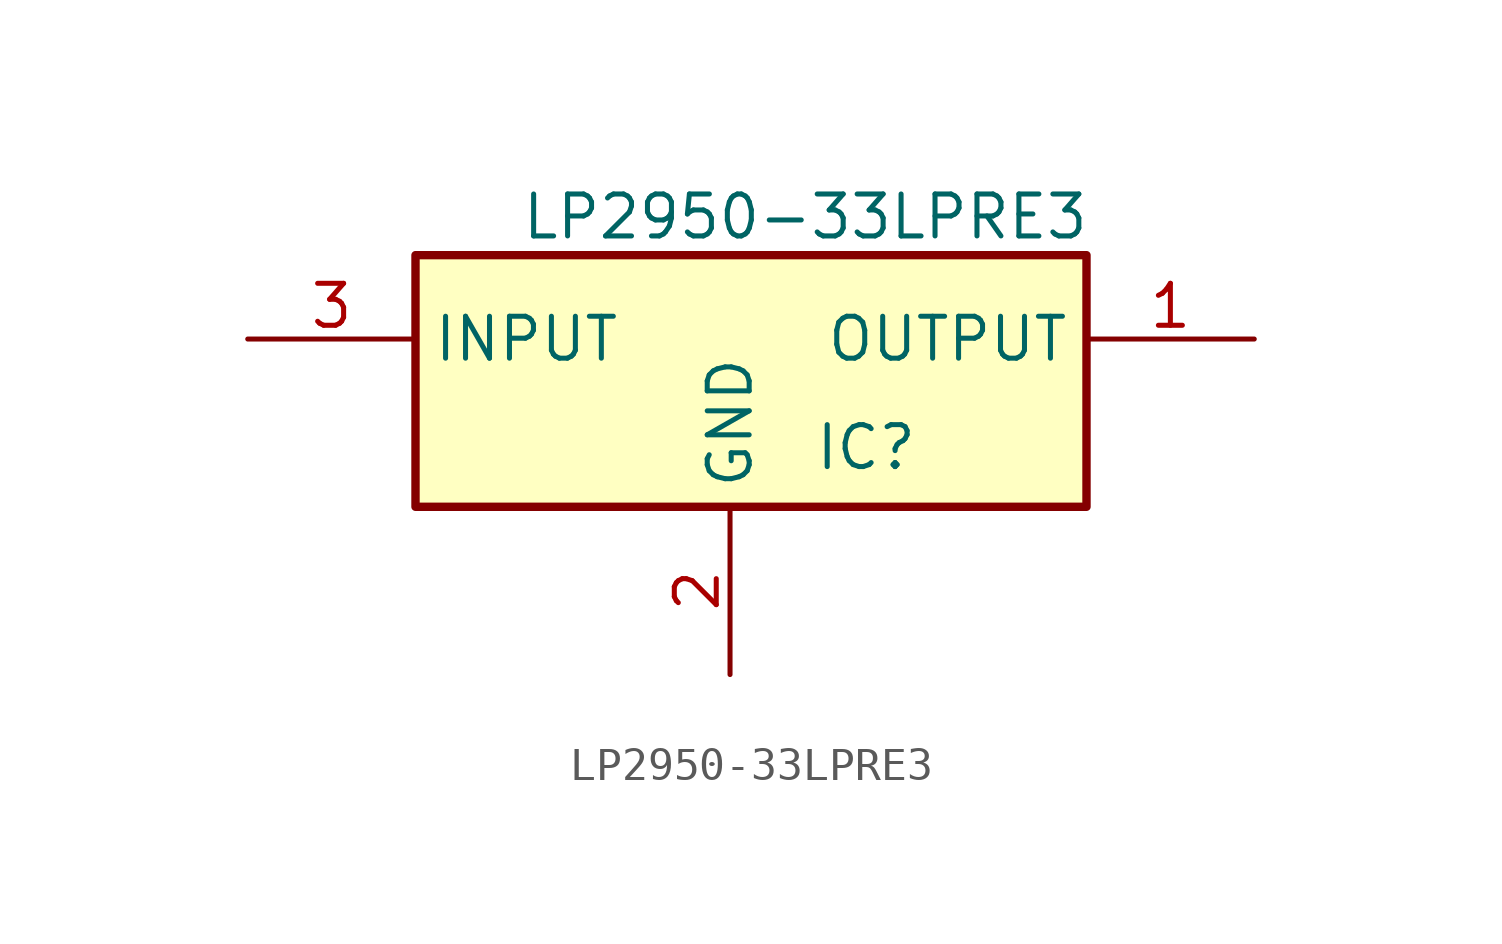
<source format=kicad_sym>
(kicad_symbol_lib
  (version 20220914)
  (generator kicad_symbol_editor)
  (symbol "LP2950-33LPRE3"
    (property "Reference" "IC"
      (at 17.145 -2.54 0)
      (effects (font (size 1.27 1.27)) (justify left top)))
    (property "Value" "LP2950-33LPRE3"
      (at 8.255 4.445 0)
      (effects (font (size 1.27 1.27)) (justify left top)))
    (symbol "LP2950-33LPRE3_1_1"
      (rectangle (start 5.08 2.54) (end 25.4 -5.08) (stroke (width 0.254) (type default)) (fill (type background)))
      (pin power_out line (at 30.48 0 180) (length 5.08) (name "OUTPUT" (effects (font (size 1.27 1.27)))) (number "1" (effects (font (size 1.27 1.27)))))
      (pin passive line (at 14.605 -10.16 90) (length 5.08) (name "GND" (effects (font (size 1.27 1.27)))) (number "2" (effects (font (size 1.27 1.27)))))
      (pin power_in line (at 0 0 0) (length 5.08) (name "INPUT" (effects (font (size 1.27 1.27)))) (number "3" (effects (font (size 1.27 1.27))))))))
</source>
